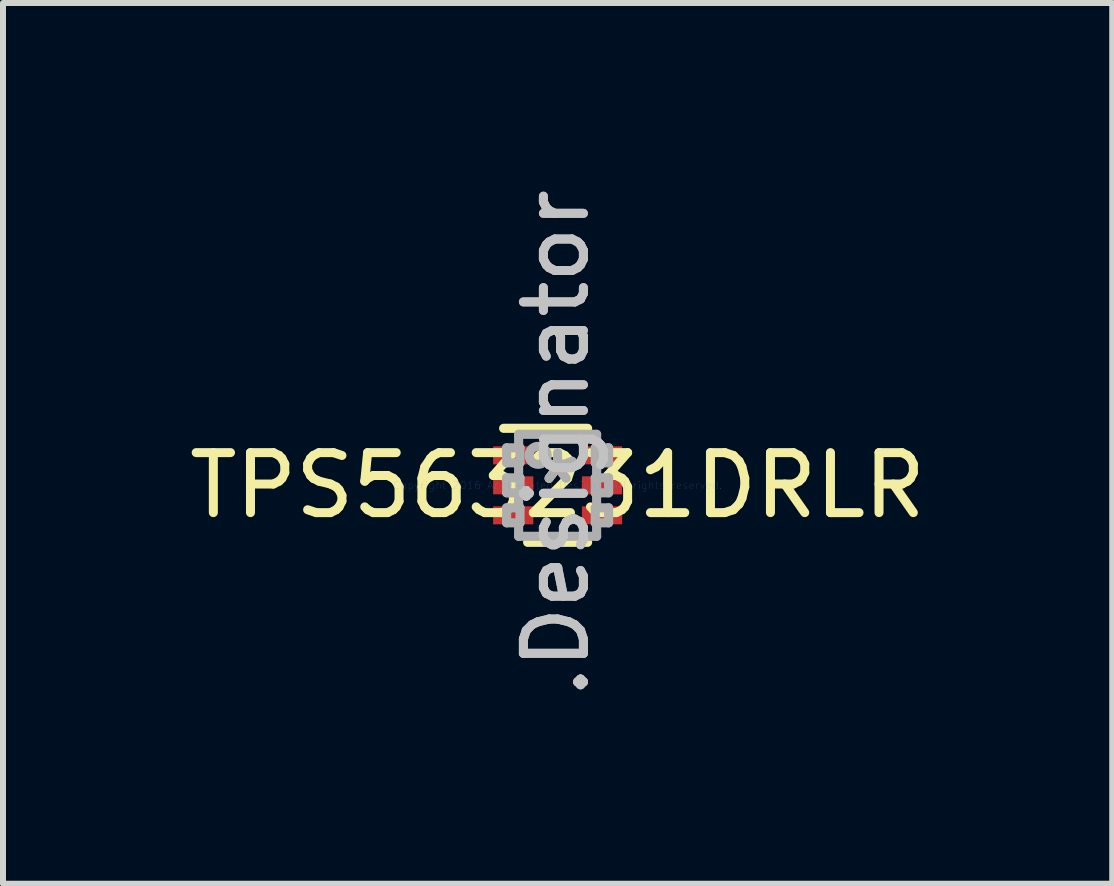
<source format=kicad_pcb>
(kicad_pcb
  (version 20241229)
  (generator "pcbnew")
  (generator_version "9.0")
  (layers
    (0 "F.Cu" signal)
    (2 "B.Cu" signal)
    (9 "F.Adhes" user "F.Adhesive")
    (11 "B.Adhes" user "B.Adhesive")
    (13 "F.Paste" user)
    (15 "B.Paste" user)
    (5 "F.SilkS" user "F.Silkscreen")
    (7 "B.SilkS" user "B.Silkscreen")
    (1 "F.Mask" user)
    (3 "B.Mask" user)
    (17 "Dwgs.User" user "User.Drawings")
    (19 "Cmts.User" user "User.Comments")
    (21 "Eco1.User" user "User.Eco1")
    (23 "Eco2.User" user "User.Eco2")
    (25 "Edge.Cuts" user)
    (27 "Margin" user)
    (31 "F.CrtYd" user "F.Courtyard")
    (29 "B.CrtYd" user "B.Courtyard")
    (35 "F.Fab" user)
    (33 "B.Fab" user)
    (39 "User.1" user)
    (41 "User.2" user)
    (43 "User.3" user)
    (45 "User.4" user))
  (footprint "TPS563231DRLR"
    (layer "F.Cu")
    (at 6.244 5.039)
    (property "Reference" "TPS563231DRLR" (at 0 0 0) (layer "F.SilkS") (effects (font (size 1 1) (thickness 0.15))))
    (attr through_hole)
    (fp_line (start -0.9 -0.95) (end 0.5 -0.95) (stroke (width 0.152) (type solid)) (layer "F.SilkS"))
    (fp_line (start -0.5 0.95) (end 0.5 0.95) (stroke (width 0.152) (type solid)) (layer "F.SilkS"))
    (fp_line (start -0.85 -0.625) (end -0.627 -0.625) (stroke (width 0.152) (type solid)) (layer "F.Fab"))
    (fp_line (start -0.85 -0.375) (end -0.85 -0.625) (stroke (width 0.152) (type solid)) (layer "F.Fab"))
    (fp_line (start -0.85 -0.375) (end -0.627 -0.375) (stroke (width 0.152) (type solid)) (layer "F.Fab"))
    (fp_line (start -0.85 -0.125) (end -0.627 -0.125) (stroke (width 0.152) (type solid)) (layer "F.Fab"))
    (fp_line (start -0.85 0.125) (end -0.85 -0.125) (stroke (width 0.152) (type solid)) (layer "F.Fab"))
    (fp_line (start -0.85 0.125) (end -0.627 0.125) (stroke (width 0.152) (type solid)) (layer "F.Fab"))
    (fp_line (start -0.85 0.375) (end -0.627 0.375) (stroke (width 0.152) (type solid)) (layer "F.Fab"))
    (fp_line (start -0.85 0.625) (end -0.85 0.375) (stroke (width 0.152) (type solid)) (layer "F.Fab"))
    (fp_line (start -0.85 0.625) (end -0.627 0.625) (stroke (width 0.152) (type solid)) (layer "F.Fab"))
    (fp_line (start -0.65 -0.85) (end 0.65 -0.85) (stroke (width 0.152) (type solid)) (layer "F.Fab"))
    (fp_line (start -0.65 -0.625) (end -0.65 -0.85) (stroke (width 0.152) (type solid)) (layer "F.Fab"))
    (fp_line (start -0.65 -0.125) (end -0.65 -0.375) (stroke (width 0.152) (type solid)) (layer "F.Fab"))
    (fp_line (start -0.65 0.375) (end -0.65 0.125) (stroke (width 0.152) (type solid)) (layer "F.Fab"))
    (fp_line (start -0.65 0.85) (end -0.65 0.625) (stroke (width 0.152) (type solid)) (layer "F.Fab"))
    (fp_line (start -0.65 0.85) (end 0.65 0.85) (stroke (width 0.152) (type solid)) (layer "F.Fab"))
    (fp_line (start -0.627 -0.375) (end -0.627 -0.625) (stroke (width 0.152) (type solid)) (layer "F.Fab"))
    (fp_line (start -0.627 0.125) (end -0.627 -0.125) (stroke (width 0.152) (type solid)) (layer "F.Fab"))
    (fp_line (start -0.627 0.625) (end -0.627 0.375) (stroke (width 0.152) (type solid)) (layer "F.Fab"))
    (fp_line (start 0.627 -0.625) (end 0.85 -0.625) (stroke (width 0.152) (type solid)) (layer "F.Fab"))
    (fp_line (start 0.627 -0.375) (end 0.627 -0.625) (stroke (width 0.152) (type solid)) (layer "F.Fab"))
    (fp_line (start 0.627 -0.375) (end 0.85 -0.375) (stroke (width 0.152) (type solid)) (layer "F.Fab"))
    (fp_line (start 0.627 -0.125) (end 0.85 -0.125) (stroke (width 0.152) (type solid)) (layer "F.Fab"))
    (fp_line (start 0.627 0.125) (end 0.627 -0.125) (stroke (width 0.152) (type solid)) (layer "F.Fab"))
    (fp_line (start 0.627 0.125) (end 0.85 0.125) (stroke (width 0.152) (type solid)) (layer "F.Fab"))
    (fp_line (start 0.627 0.375) (end 0.85 0.375) (stroke (width 0.152) (type solid)) (layer "F.Fab"))
    (fp_line (start 0.627 0.625) (end 0.627 0.375) (stroke (width 0.152) (type solid)) (layer "F.Fab"))
    (fp_line (start 0.627 0.625) (end 0.85 0.625) (stroke (width 0.152) (type solid)) (layer "F.Fab"))
    (fp_line (start 0.65 -0.625) (end 0.65 -0.85) (stroke (width 0.152) (type solid)) (layer "F.Fab"))
    (fp_line (start 0.65 0.375) (end 0.65 -0.375) (stroke (width 0.152) (type solid)) (layer "F.Fab"))
    (fp_line (start 0.65 0.85) (end 0.65 0.625) (stroke (width 0.152) (type solid)) (layer "F.Fab"))
    (fp_line (start 0.85 -0.375) (end 0.85 -0.625) (stroke (width 0.152) (type solid)) (layer "F.Fab"))
    (fp_line (start 0.85 0.625) (end 0.85 0.375) (stroke (width 0.152) (type solid)) (layer "F.Fab"))
    (fp_line (start 0.85 0.125) (end 0.85 -0.125) (stroke (width 0.152) (type solid)) (layer "F.Fab"))
    (fp_circle (center -0.325 -0.5) (end -0.175 -0.5) (stroke (width 0.152) (type solid)) (fill no) (layer "F.Fab"))
    (fp_text user "*" (at 0 0 0) (layer "F.SilkS") (effects (font (size 1 1) (thickness 0.15))))
    (fp_text user ".Designator" (at -0.025 -0.7 270) (layer "Dwgs.User") (effects (font (size 1 1) (thickness 0.15))))
    (fp_text user "Copyright 2016 Accelerated Designs. All rights reserved." (at 0 0 0) (layer "Cmts.User") (effects (font (size 0.127 0.127) (thickness 0.002))))
    (fp_text user "*" (at 0 0 0) (layer "F.Fab") (effects (font (size 1 1) (thickness 0.15))))
    (fp_text user ".Designator" (at -0.025 -0.7 270) (layer "F.Fab") (effects (font (size 1 1) (thickness 0.15))))
    (pad "1" smd rect (at -0.74 -0.5 90) (size 0.3 0.67) (layers "F.Cu" "F.Mask" "F.Paste"))
    (pad "2" smd rect (at -0.74 -0.000003 90) (size 0.3 0.67) (layers "F.Cu" "F.Mask" "F.Paste"))
    (pad "3" smd rect (at -0.74 0.5 90) (size 0.3 0.67) (layers "F.Cu" "F.Mask" "F.Paste"))
    (pad "4" smd rect (at 0.74 0.5 90) (size 0.3 0.67) (layers "F.Cu" "F.Mask" "F.Paste"))
    (pad "5" smd rect (at 0.74 -0.000003 90) (size 0.3 0.67) (layers "F.Cu" "F.Mask" "F.Paste"))
    (pad "6" smd rect (at 0.74 -0.5 90) (size 0.3 0.67) (layers "F.Cu" "F.Mask" "F.Paste")))
  (gr_rect
    (start -3 -3)
    (end 15.488 11.679)
    (stroke (width 0.1) (type default))
    (fill no)
    (layer "Edge.Cuts")))
</source>
